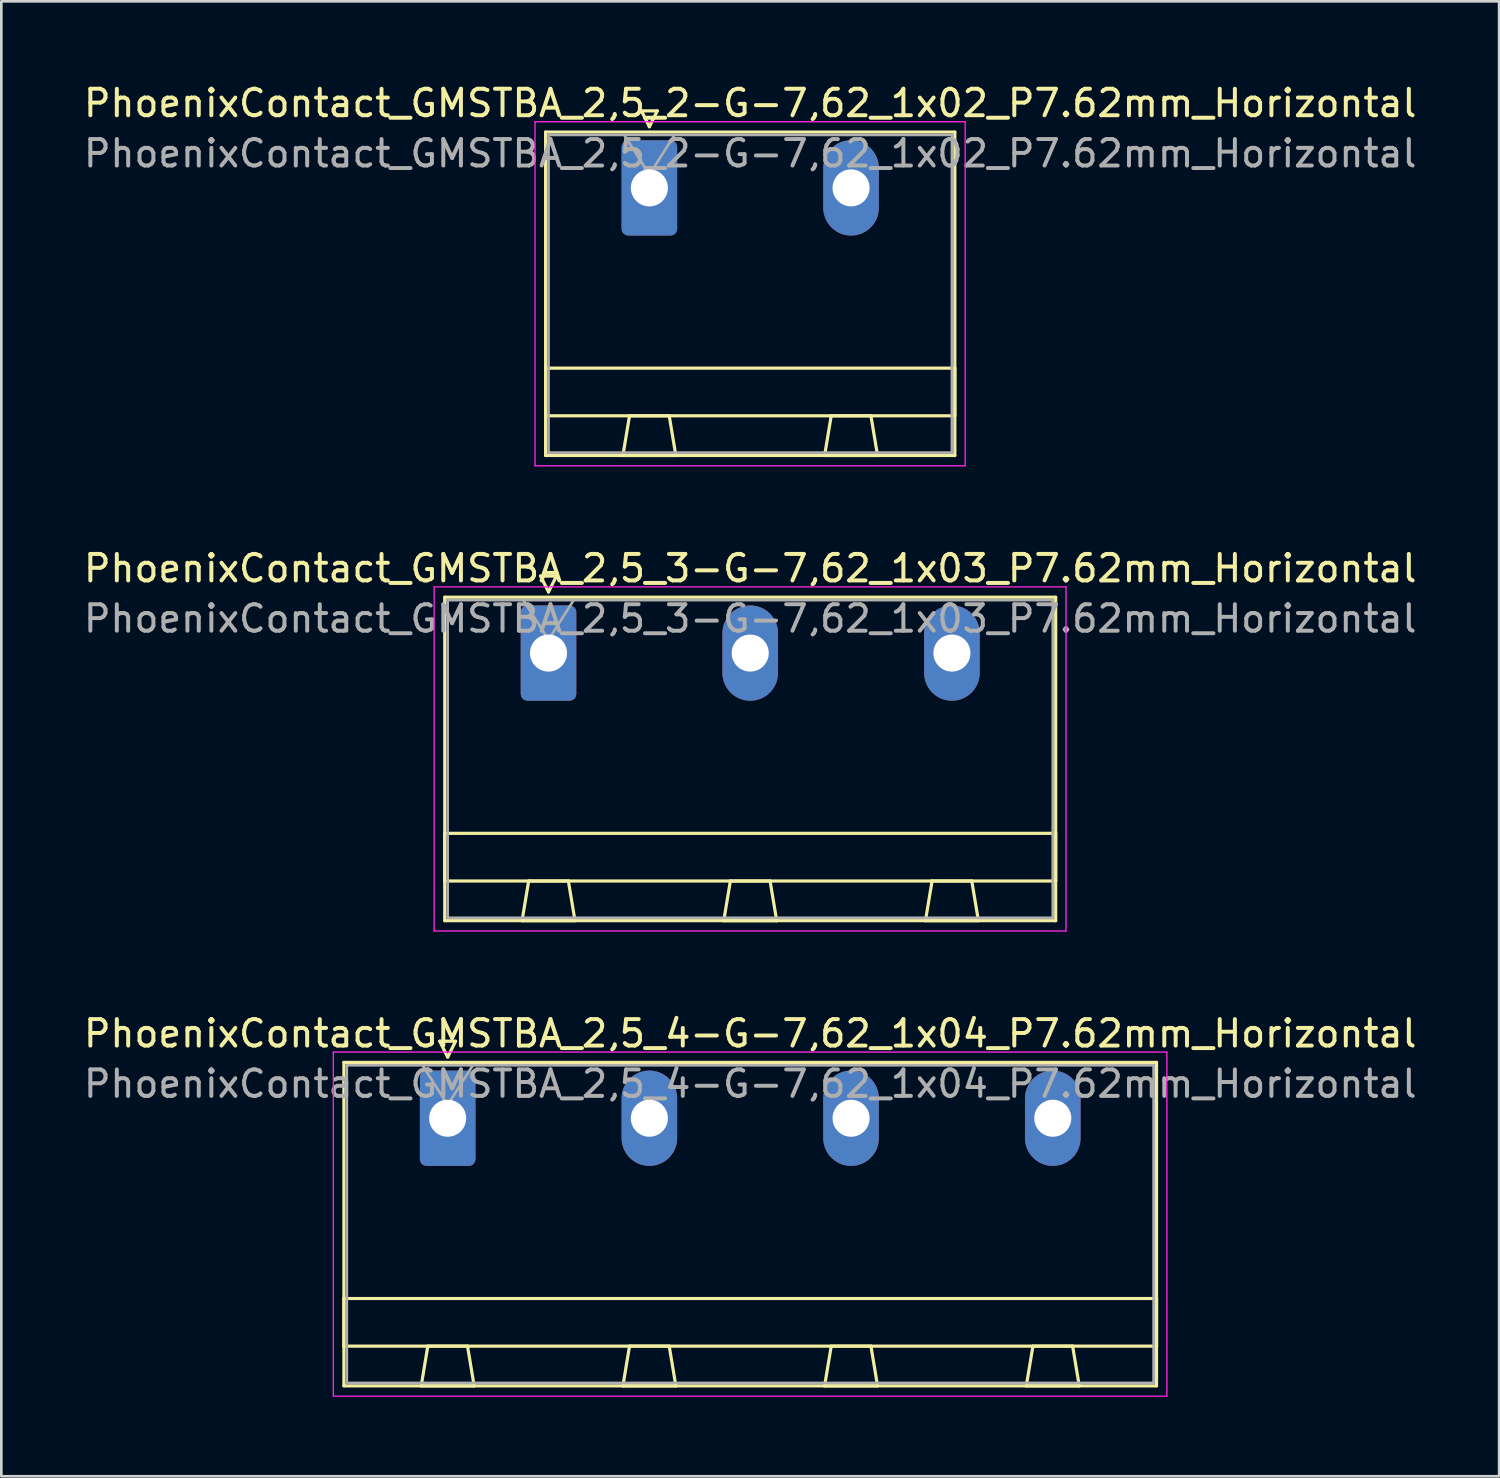
<source format=kicad_pcb>
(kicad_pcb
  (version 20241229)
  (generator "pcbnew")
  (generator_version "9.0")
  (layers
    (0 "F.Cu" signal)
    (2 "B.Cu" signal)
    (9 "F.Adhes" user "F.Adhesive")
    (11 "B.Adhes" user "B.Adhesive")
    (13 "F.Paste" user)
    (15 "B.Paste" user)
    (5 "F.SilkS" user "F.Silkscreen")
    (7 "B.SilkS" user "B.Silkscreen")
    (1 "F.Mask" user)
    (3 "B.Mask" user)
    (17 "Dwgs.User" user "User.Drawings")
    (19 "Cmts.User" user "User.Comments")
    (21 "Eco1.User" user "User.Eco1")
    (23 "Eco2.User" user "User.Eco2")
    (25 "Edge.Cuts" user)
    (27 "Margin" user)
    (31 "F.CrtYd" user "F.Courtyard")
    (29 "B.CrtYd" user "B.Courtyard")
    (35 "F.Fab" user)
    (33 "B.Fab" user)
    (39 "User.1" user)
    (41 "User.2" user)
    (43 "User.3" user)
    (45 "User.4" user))
  (footprint "PhoenixContact_GMSTBA_2,5_2-G-7,62_1x02_P7.62mm_Horizontal"
    (layer "F.Cu")
    (at 21.482 4.048)
    (property "Reference" "PhoenixContact_GMSTBA_2,5_2-G-7,62_1x02_P7.62mm_Horizontal" (at 3.81 -3.2 0) (layer "F.SilkS") (effects (font (size 1 1) (thickness 0.15))))
    (attr through_hole)
    (fp_line (start -3.92 -2.11) (end -3.92 10.11) (stroke (width 0.12) (type solid)) (layer "F.SilkS"))
    (fp_line (start -3.92 6.81) (end 11.54 6.81) (stroke (width 0.12) (type solid)) (layer "F.SilkS"))
    (fp_line (start -3.92 8.61) (end -3.92 6.81) (stroke (width 0.12) (type solid)) (layer "F.SilkS"))
    (fp_line (start -3.92 10.11) (end 11.54 10.11) (stroke (width 0.12) (type solid)) (layer "F.SilkS"))
    (fp_line (start -1 10.11) (end 1 10.11) (stroke (width 0.12) (type solid)) (layer "F.SilkS"))
    (fp_line (start -0.75 8.61) (end -1 10.11) (stroke (width 0.12) (type solid)) (layer "F.SilkS"))
    (fp_line (start -0.3 -2.91) (end 0.3 -2.91) (stroke (width 0.12) (type solid)) (layer "F.SilkS"))
    (fp_line (start 0 -2.31) (end -0.3 -2.91) (stroke (width 0.12) (type solid)) (layer "F.SilkS"))
    (fp_line (start 0.3 -2.91) (end 0 -2.31) (stroke (width 0.12) (type solid)) (layer "F.SilkS"))
    (fp_line (start 0.75 8.61) (end -0.75 8.61) (stroke (width 0.12) (type solid)) (layer "F.SilkS"))
    (fp_line (start 1 10.11) (end 0.75 8.61) (stroke (width 0.12) (type solid)) (layer "F.SilkS"))
    (fp_line (start 6.62 10.11) (end 8.62 10.11) (stroke (width 0.12) (type solid)) (layer "F.SilkS"))
    (fp_line (start 6.87 8.61) (end 6.62 10.11) (stroke (width 0.12) (type solid)) (layer "F.SilkS"))
    (fp_line (start 8.37 8.61) (end 6.87 8.61) (stroke (width 0.12) (type solid)) (layer "F.SilkS"))
    (fp_line (start 8.62 10.11) (end 8.37 8.61) (stroke (width 0.12) (type solid)) (layer "F.SilkS"))
    (fp_line (start 11.54 -2.11) (end -3.92 -2.11) (stroke (width 0.12) (type solid)) (layer "F.SilkS"))
    (fp_line (start 11.54 6.81) (end 11.54 8.61) (stroke (width 0.12) (type solid)) (layer "F.SilkS"))
    (fp_line (start 11.54 8.61) (end -3.92 8.61) (stroke (width 0.12) (type solid)) (layer "F.SilkS"))
    (fp_line (start 11.54 10.11) (end 11.54 -2.11) (stroke (width 0.12) (type solid)) (layer "F.SilkS"))
    (fp_line (start -4.32 -2.5) (end -4.32 10.5) (stroke (width 0.05) (type solid)) (layer "F.CrtYd"))
    (fp_line (start -4.32 10.5) (end 11.93 10.5) (stroke (width 0.05) (type solid)) (layer "F.CrtYd"))
    (fp_line (start 11.93 -2.5) (end -4.32 -2.5) (stroke (width 0.05) (type solid)) (layer "F.CrtYd"))
    (fp_line (start 11.93 10.5) (end 11.93 -2.5) (stroke (width 0.05) (type solid)) (layer "F.CrtYd"))
    (fp_line (start -3.81 -2) (end -3.81 10) (stroke (width 0.1) (type solid)) (layer "F.Fab"))
    (fp_line (start -3.81 10) (end 11.43 10) (stroke (width 0.1) (type solid)) (layer "F.Fab"))
    (fp_line (start 0 -0.5) (end -0.95 -2) (stroke (width 0.1) (type solid)) (layer "F.Fab"))
    (fp_line (start 0.95 -2) (end 0 -0.5) (stroke (width 0.1) (type solid)) (layer "F.Fab"))
    (fp_line (start 11.43 -2) (end -3.81 -2) (stroke (width 0.1) (type solid)) (layer "F.Fab"))
    (fp_line (start 11.43 10) (end 11.43 -2) (stroke (width 0.1) (type solid)) (layer "F.Fab"))
    (fp_text user "${REFERENCE}" (at 3.81 -1.3 0) (layer "F.Fab") (effects (font (size 1 1) (thickness 0.15))))
    (pad "1" thru_hole roundrect (at 0 0) (size 2.1 3.6) (drill 1.4) (layers "*.Cu" "*.Mask") (roundrect_rratio 0.119))
    (pad "2" thru_hole oval (at 7.62 0) (size 2.1 3.6) (drill 1.4) (layers "*.Cu" "*.Mask")))
  (footprint "PhoenixContact_GMSTBA_2,5_4-G-7,62_1x04_P7.62mm_Horizontal"
    (layer "F.Cu")
    (at 13.862 39.195)
    (property "Reference" "PhoenixContact_GMSTBA_2,5_4-G-7,62_1x04_P7.62mm_Horizontal" (at 11.43 -3.2 0) (layer "F.SilkS") (effects (font (size 1 1) (thickness 0.15))))
    (attr through_hole)
    (fp_line (start -3.92 -2.11) (end -3.92 10.11) (stroke (width 0.12) (type solid)) (layer "F.SilkS"))
    (fp_line (start -3.92 6.81) (end 26.78 6.81) (stroke (width 0.12) (type solid)) (layer "F.SilkS"))
    (fp_line (start -3.92 8.61) (end -3.92 6.81) (stroke (width 0.12) (type solid)) (layer "F.SilkS"))
    (fp_line (start -3.92 10.11) (end 26.78 10.11) (stroke (width 0.12) (type solid)) (layer "F.SilkS"))
    (fp_line (start -1 10.11) (end 1 10.11) (stroke (width 0.12) (type solid)) (layer "F.SilkS"))
    (fp_line (start -0.75 8.61) (end -1 10.11) (stroke (width 0.12) (type solid)) (layer "F.SilkS"))
    (fp_line (start -0.3 -2.91) (end 0.3 -2.91) (stroke (width 0.12) (type solid)) (layer "F.SilkS"))
    (fp_line (start 0 -2.31) (end -0.3 -2.91) (stroke (width 0.12) (type solid)) (layer "F.SilkS"))
    (fp_line (start 0.3 -2.91) (end 0 -2.31) (stroke (width 0.12) (type solid)) (layer "F.SilkS"))
    (fp_line (start 0.75 8.61) (end -0.75 8.61) (stroke (width 0.12) (type solid)) (layer "F.SilkS"))
    (fp_line (start 1 10.11) (end 0.75 8.61) (stroke (width 0.12) (type solid)) (layer "F.SilkS"))
    (fp_line (start 6.62 10.11) (end 8.62 10.11) (stroke (width 0.12) (type solid)) (layer "F.SilkS"))
    (fp_line (start 6.87 8.61) (end 6.62 10.11) (stroke (width 0.12) (type solid)) (layer "F.SilkS"))
    (fp_line (start 8.37 8.61) (end 6.87 8.61) (stroke (width 0.12) (type solid)) (layer "F.SilkS"))
    (fp_line (start 8.62 10.11) (end 8.37 8.61) (stroke (width 0.12) (type solid)) (layer "F.SilkS"))
    (fp_line (start 14.24 10.11) (end 16.24 10.11) (stroke (width 0.12) (type solid)) (layer "F.SilkS"))
    (fp_line (start 14.49 8.61) (end 14.24 10.11) (stroke (width 0.12) (type solid)) (layer "F.SilkS"))
    (fp_line (start 15.99 8.61) (end 14.49 8.61) (stroke (width 0.12) (type solid)) (layer "F.SilkS"))
    (fp_line (start 16.24 10.11) (end 15.99 8.61) (stroke (width 0.12) (type solid)) (layer "F.SilkS"))
    (fp_line (start 21.86 10.11) (end 23.86 10.11) (stroke (width 0.12) (type solid)) (layer "F.SilkS"))
    (fp_line (start 22.11 8.61) (end 21.86 10.11) (stroke (width 0.12) (type solid)) (layer "F.SilkS"))
    (fp_line (start 23.61 8.61) (end 22.11 8.61) (stroke (width 0.12) (type solid)) (layer "F.SilkS"))
    (fp_line (start 23.86 10.11) (end 23.61 8.61) (stroke (width 0.12) (type solid)) (layer "F.SilkS"))
    (fp_line (start 26.78 -2.11) (end -3.92 -2.11) (stroke (width 0.12) (type solid)) (layer "F.SilkS"))
    (fp_line (start 26.78 6.81) (end 26.78 8.61) (stroke (width 0.12) (type solid)) (layer "F.SilkS"))
    (fp_line (start 26.78 8.61) (end -3.92 8.61) (stroke (width 0.12) (type solid)) (layer "F.SilkS"))
    (fp_line (start 26.78 10.11) (end 26.78 -2.11) (stroke (width 0.12) (type solid)) (layer "F.SilkS"))
    (fp_line (start -4.32 -2.5) (end -4.32 10.5) (stroke (width 0.05) (type solid)) (layer "F.CrtYd"))
    (fp_line (start -4.32 10.5) (end 27.17 10.5) (stroke (width 0.05) (type solid)) (layer "F.CrtYd"))
    (fp_line (start 27.17 -2.5) (end -4.32 -2.5) (stroke (width 0.05) (type solid)) (layer "F.CrtYd"))
    (fp_line (start 27.17 10.5) (end 27.17 -2.5) (stroke (width 0.05) (type solid)) (layer "F.CrtYd"))
    (fp_line (start -3.81 -2) (end -3.81 10) (stroke (width 0.1) (type solid)) (layer "F.Fab"))
    (fp_line (start -3.81 10) (end 26.67 10) (stroke (width 0.1) (type solid)) (layer "F.Fab"))
    (fp_line (start 0 -0.5) (end -0.95 -2) (stroke (width 0.1) (type solid)) (layer "F.Fab"))
    (fp_line (start 0.95 -2) (end 0 -0.5) (stroke (width 0.1) (type solid)) (layer "F.Fab"))
    (fp_line (start 26.67 -2) (end -3.81 -2) (stroke (width 0.1) (type solid)) (layer "F.Fab"))
    (fp_line (start 26.67 10) (end 26.67 -2) (stroke (width 0.1) (type solid)) (layer "F.Fab"))
    (fp_text user "${REFERENCE}" (at 11.43 -1.3 0) (layer "F.Fab") (effects (font (size 1 1) (thickness 0.15))))
    (pad "1" thru_hole roundrect (at 0 0) (size 2.1 3.6) (drill 1.4) (layers "*.Cu" "*.Mask") (roundrect_rratio 0.119))
    (pad "2" thru_hole oval (at 7.62 0) (size 2.1 3.6) (drill 1.4) (layers "*.Cu" "*.Mask"))
    (pad "3" thru_hole oval (at 15.24 0) (size 2.1 3.6) (drill 1.4) (layers "*.Cu" "*.Mask"))
    (pad "4" thru_hole oval (at 22.86 0) (size 2.1 3.6) (drill 1.4) (layers "*.Cu" "*.Mask")))
  (footprint "PhoenixContact_GMSTBA_2,5_3-G-7,62_1x03_P7.62mm_Horizontal"
    (layer "F.Cu")
    (at 17.672 21.622)
    (property "Reference" "PhoenixContact_GMSTBA_2,5_3-G-7,62_1x03_P7.62mm_Horizontal" (at 7.62 -3.2 0) (layer "F.SilkS") (effects (font (size 1 1) (thickness 0.15))))
    (attr through_hole)
    (fp_line (start -3.92 -2.11) (end -3.92 10.11) (stroke (width 0.12) (type solid)) (layer "F.SilkS"))
    (fp_line (start -3.92 6.81) (end 19.16 6.81) (stroke (width 0.12) (type solid)) (layer "F.SilkS"))
    (fp_line (start -3.92 8.61) (end -3.92 6.81) (stroke (width 0.12) (type solid)) (layer "F.SilkS"))
    (fp_line (start -3.92 10.11) (end 19.16 10.11) (stroke (width 0.12) (type solid)) (layer "F.SilkS"))
    (fp_line (start -1 10.11) (end 1 10.11) (stroke (width 0.12) (type solid)) (layer "F.SilkS"))
    (fp_line (start -0.75 8.61) (end -1 10.11) (stroke (width 0.12) (type solid)) (layer "F.SilkS"))
    (fp_line (start -0.3 -2.91) (end 0.3 -2.91) (stroke (width 0.12) (type solid)) (layer "F.SilkS"))
    (fp_line (start 0 -2.31) (end -0.3 -2.91) (stroke (width 0.12) (type solid)) (layer "F.SilkS"))
    (fp_line (start 0.3 -2.91) (end 0 -2.31) (stroke (width 0.12) (type solid)) (layer "F.SilkS"))
    (fp_line (start 0.75 8.61) (end -0.75 8.61) (stroke (width 0.12) (type solid)) (layer "F.SilkS"))
    (fp_line (start 1 10.11) (end 0.75 8.61) (stroke (width 0.12) (type solid)) (layer "F.SilkS"))
    (fp_line (start 6.62 10.11) (end 8.62 10.11) (stroke (width 0.12) (type solid)) (layer "F.SilkS"))
    (fp_line (start 6.87 8.61) (end 6.62 10.11) (stroke (width 0.12) (type solid)) (layer "F.SilkS"))
    (fp_line (start 8.37 8.61) (end 6.87 8.61) (stroke (width 0.12) (type solid)) (layer "F.SilkS"))
    (fp_line (start 8.62 10.11) (end 8.37 8.61) (stroke (width 0.12) (type solid)) (layer "F.SilkS"))
    (fp_line (start 14.24 10.11) (end 16.24 10.11) (stroke (width 0.12) (type solid)) (layer "F.SilkS"))
    (fp_line (start 14.49 8.61) (end 14.24 10.11) (stroke (width 0.12) (type solid)) (layer "F.SilkS"))
    (fp_line (start 15.99 8.61) (end 14.49 8.61) (stroke (width 0.12) (type solid)) (layer "F.SilkS"))
    (fp_line (start 16.24 10.11) (end 15.99 8.61) (stroke (width 0.12) (type solid)) (layer "F.SilkS"))
    (fp_line (start 19.16 -2.11) (end -3.92 -2.11) (stroke (width 0.12) (type solid)) (layer "F.SilkS"))
    (fp_line (start 19.16 6.81) (end 19.16 8.61) (stroke (width 0.12) (type solid)) (layer "F.SilkS"))
    (fp_line (start 19.16 8.61) (end -3.92 8.61) (stroke (width 0.12) (type solid)) (layer "F.SilkS"))
    (fp_line (start 19.16 10.11) (end 19.16 -2.11) (stroke (width 0.12) (type solid)) (layer "F.SilkS"))
    (fp_line (start -4.32 -2.5) (end -4.32 10.5) (stroke (width 0.05) (type solid)) (layer "F.CrtYd"))
    (fp_line (start -4.32 10.5) (end 19.55 10.5) (stroke (width 0.05) (type solid)) (layer "F.CrtYd"))
    (fp_line (start 19.55 -2.5) (end -4.32 -2.5) (stroke (width 0.05) (type solid)) (layer "F.CrtYd"))
    (fp_line (start 19.55 10.5) (end 19.55 -2.5) (stroke (width 0.05) (type solid)) (layer "F.CrtYd"))
    (fp_line (start -3.81 -2) (end -3.81 10) (stroke (width 0.1) (type solid)) (layer "F.Fab"))
    (fp_line (start -3.81 10) (end 19.05 10) (stroke (width 0.1) (type solid)) (layer "F.Fab"))
    (fp_line (start 0 -0.5) (end -0.95 -2) (stroke (width 0.1) (type solid)) (layer "F.Fab"))
    (fp_line (start 0.95 -2) (end 0 -0.5) (stroke (width 0.1) (type solid)) (layer "F.Fab"))
    (fp_line (start 19.05 -2) (end -3.81 -2) (stroke (width 0.1) (type solid)) (layer "F.Fab"))
    (fp_line (start 19.05 10) (end 19.05 -2) (stroke (width 0.1) (type solid)) (layer "F.Fab"))
    (fp_text user "${REFERENCE}" (at 7.62 -1.3 0) (layer "F.Fab") (effects (font (size 1 1) (thickness 0.15))))
    (pad "1" thru_hole roundrect (at 0 0) (size 2.1 3.6) (drill 1.4) (layers "*.Cu" "*.Mask") (roundrect_rratio 0.119))
    (pad "2" thru_hole oval (at 7.62 0) (size 2.1 3.6) (drill 1.4) (layers "*.Cu" "*.Mask"))
    (pad "3" thru_hole oval (at 15.24 0) (size 2.1 3.6) (drill 1.4) (layers "*.Cu" "*.Mask")))
  (gr_rect
    (start -3 -3)
    (end 53.583 52.72)
    (stroke (width 0.1) (type default))
    (fill no)
    (layer "Edge.Cuts")))
</source>
